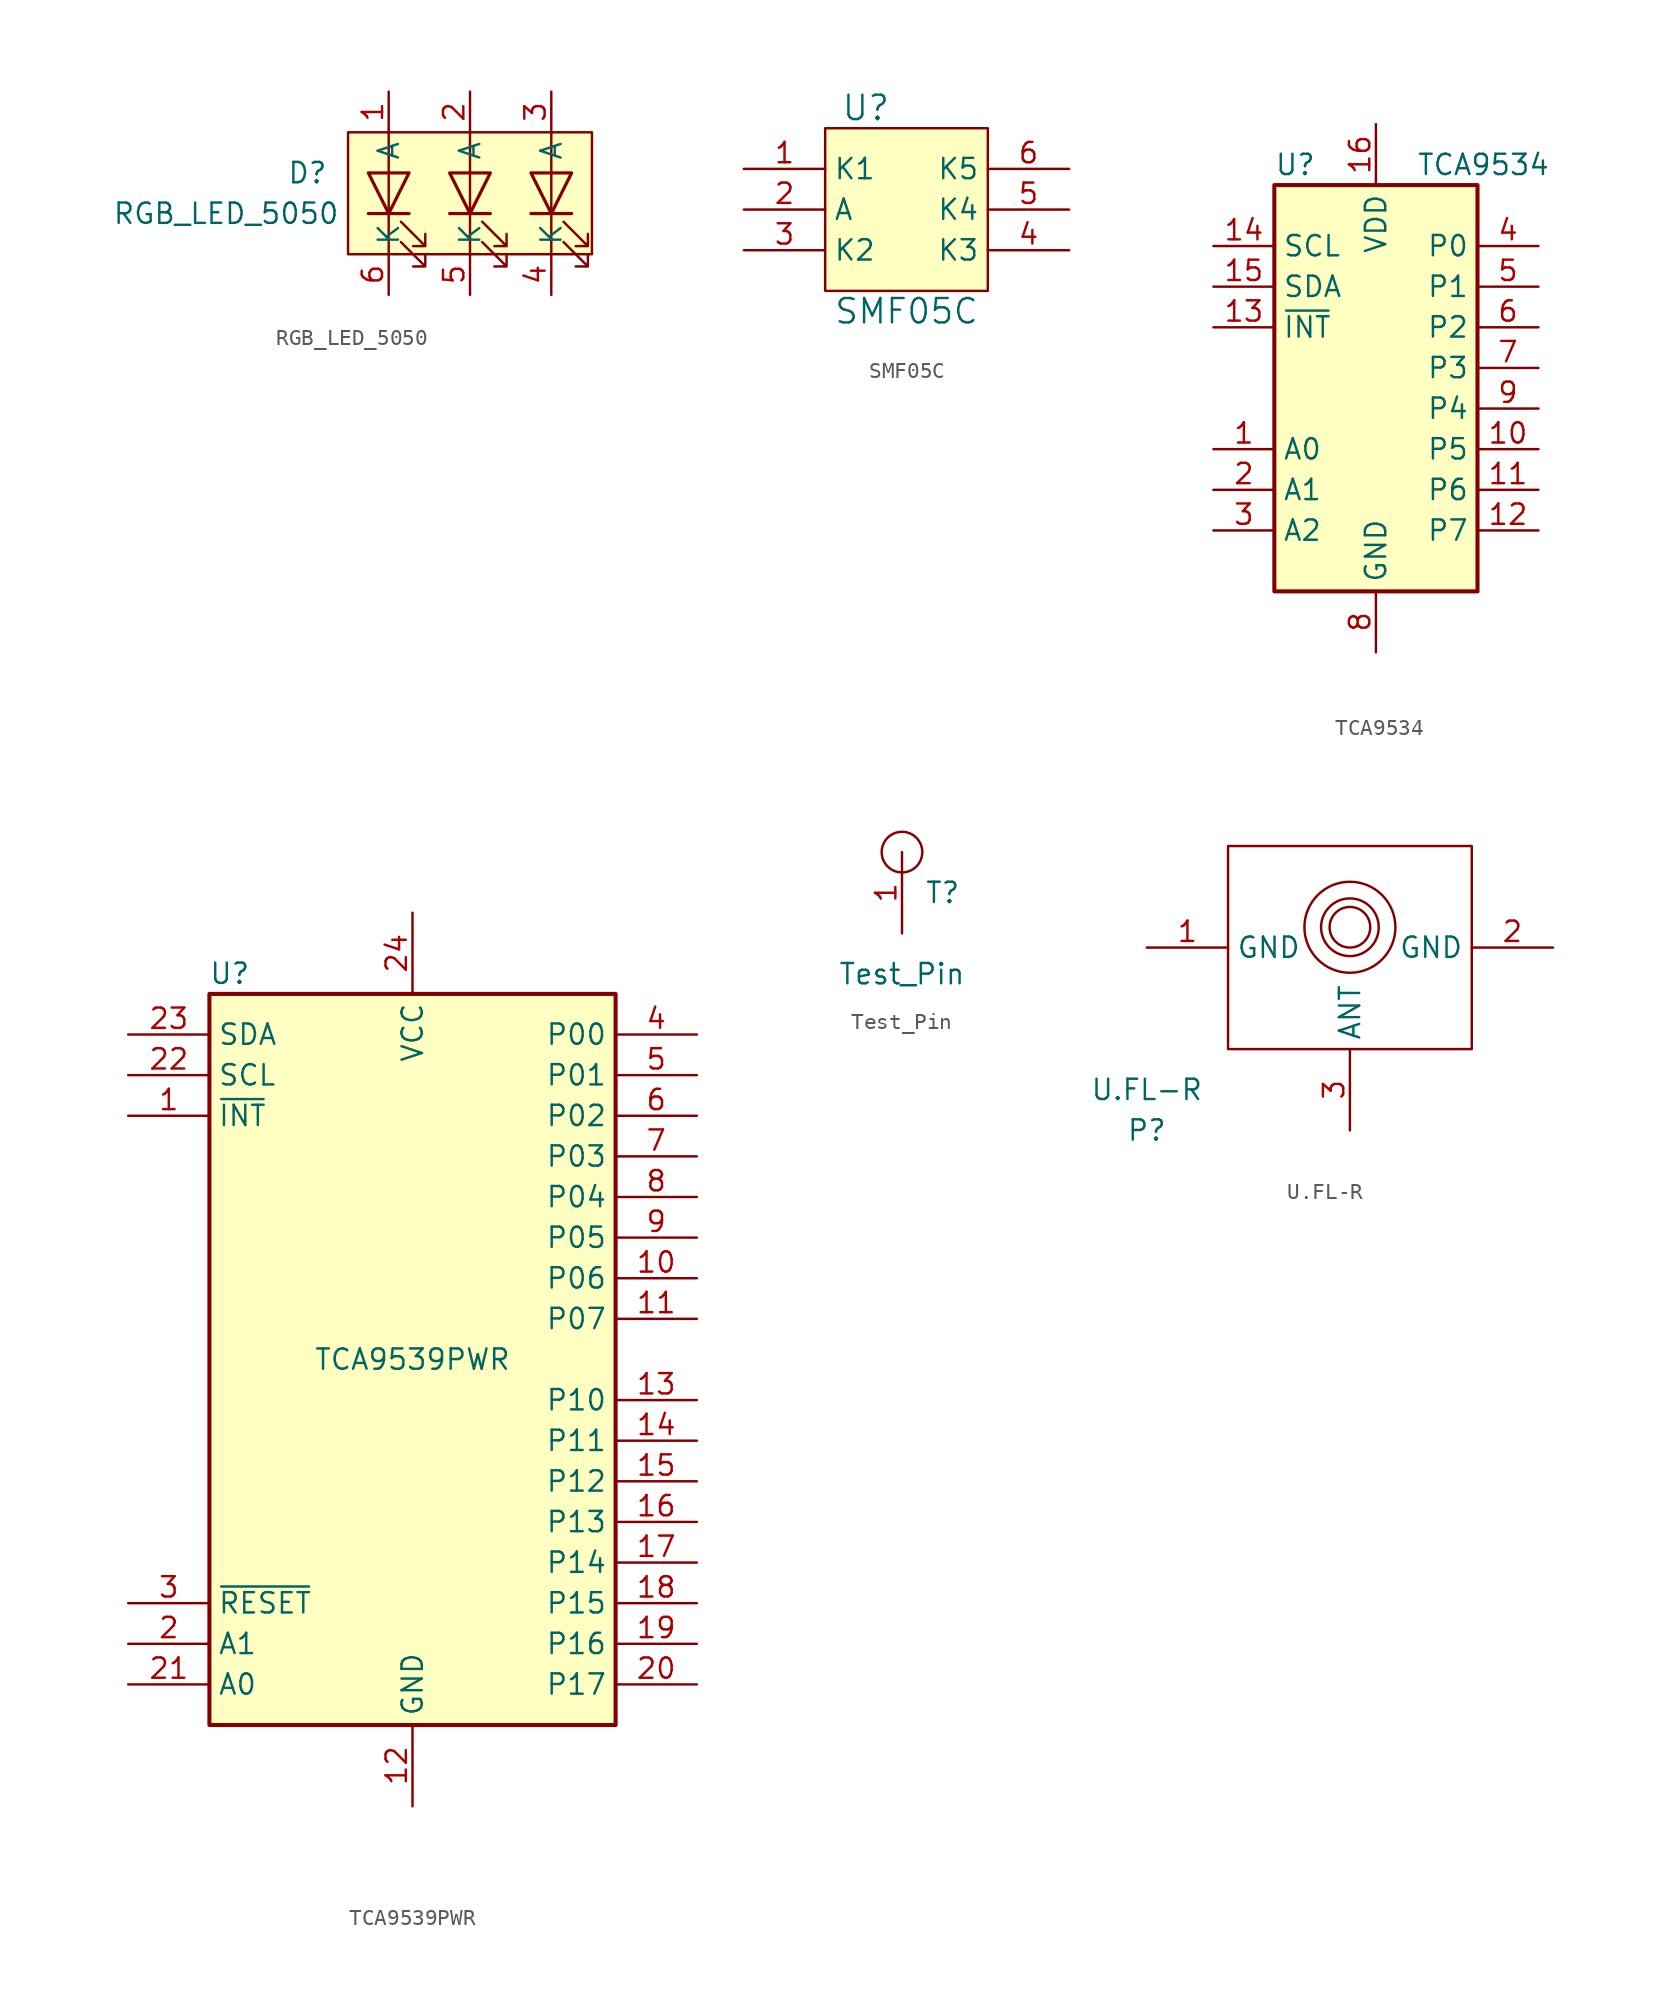
<source format=kicad_sym>
(kicad_symbol_lib
  (version 20200126)
  (host kicad_symbol_editor "(5.99.0-1734-g575ad7128)")
  (symbol "DLY_Customized:RGB_LED_5050"
    (property "Reference" "D"
      (at -5.08 0 0))
    (property "Value" "RGB_LED_5050"
      (at -10.16 -2.54 0))
    (symbol "RGB_LED_5050_0_1"
      (rectangle (start -2.54 2.54) (end 12.7 -5.08) (fill (type background)))
      (polyline (pts (xy 0 -2.54) (xy 0 -5.08)))
      (polyline (pts (xy 0 -2.54) (xy 0 0)))
      (polyline (pts (xy 0 0) (xy 0 2.54)))
      (polyline (pts (xy 1.27 -2.54) (xy -1.27 -2.54)) (stroke (width 0.203)))
      (polyline (pts (xy 5.08 -2.54) (xy 5.08 -5.08)))
      (polyline (pts (xy 5.08 -2.54) (xy 5.08 0)))
      (polyline (pts (xy 5.08 2.54) (xy 5.08 0)))
      (polyline (pts (xy 6.35 -2.54) (xy 3.81 -2.54)) (stroke (width 0.203)))
      (polyline (pts (xy 10.16 -2.54) (xy 10.16 -5.08)))
      (polyline (pts (xy 10.16 -2.54) (xy 10.16 0)))
      (polyline (pts (xy 10.16 2.54) (xy 10.16 0)))
      (polyline (pts (xy 11.43 -2.54) (xy 8.89 -2.54)) (stroke (width 0.203)))
      (polyline (pts (xy 1.27 0) (xy -1.27 0) (xy 0 -2.54) (xy 1.27 0)) (stroke (width 0.203)))
      (polyline (pts (xy 6.35 0) (xy 3.81 0) (xy 5.08 -2.54) (xy 6.35 0)) (stroke (width 0.203)))
      (polyline (pts (xy 11.43 0) (xy 8.89 0) (xy 10.16 -2.54) (xy 11.43 0)) (stroke (width 0.203)))
      (polyline (pts (xy 0.762 -4.318) (xy 2.286 -5.842) (xy 2.286 -5.08) (xy 2.286 -5.842) (xy 1.524 -5.842)))
      (polyline (pts (xy 0.762 -3.048) (xy 2.286 -4.572) (xy 2.286 -3.81) (xy 2.286 -4.572) (xy 1.524 -4.572)))
      (polyline (pts (xy 5.842 -4.318) (xy 7.366 -5.842) (xy 7.366 -5.08) (xy 7.366 -5.842) (xy 6.604 -5.842)))
      (polyline (pts (xy 5.842 -3.048) (xy 7.366 -4.572) (xy 7.366 -3.81) (xy 7.366 -4.572) (xy 6.604 -4.572)))
      (polyline (pts (xy 10.922 -4.318) (xy 12.446 -5.842) (xy 12.446 -5.08) (xy 12.446 -5.842) (xy 11.684 -5.842)))
      (polyline (pts (xy 10.922 -3.048) (xy 12.446 -4.572) (xy 12.446 -3.81) (xy 12.446 -4.572) (xy 11.684 -4.572))))
    (symbol "RGB_LED_5050_1_1"
      (pin passive line (at 0 5.08 270) (length 2.54) (name "A") (number "1"))
      (pin passive line (at 5.08 5.08 270) (length 2.54) (name "A") (number "2"))
      (pin passive line (at 10.16 5.08 270) (length 2.54) (name "A") (number "3"))
      (pin passive line (at 10.16 -7.62 90) (length 2.54) (name "K") (number "4"))
      (pin passive line (at 5.08 -7.62 90) (length 2.54) (name "K") (number "5"))
      (pin passive line (at 0 -7.62 90) (length 2.54) (name "K") (number "6"))))
  (symbol "DLY_Customized:SMF05C"
    (property "Reference" "U"
      (at 2.54 11.43 0)
      (effects (font (size 1.524 1.524))))
    (property "Value" "SMF05C"
      (at 5.08 -1.27 0)
      (effects (font (size 1.524 1.524))))
    (symbol "SMF05C_0_1"
      (rectangle (start 0 10.16) (end 10.16 0) (fill (type background))))
    (symbol "SMF05C_1_1"
      (pin input line (at -5.08 7.62 0) (length 5.08) (name "K1") (number "1"))
      (pin input line (at -5.08 5.08 0) (length 5.08) (name "A") (number "2"))
      (pin input line (at -5.08 2.54 0) (length 5.08) (name "K2") (number "3"))
      (pin input line (at 15.24 2.54 180) (length 5.08) (name "K3") (number "4"))
      (pin input line (at 15.24 5.08 180) (length 5.08) (name "K4") (number "5"))
      (pin input line (at 15.24 7.62 180) (length 5.08) (name "K5") (number "6"))))
  (symbol "DLY_Customized:TCA9534"
    (pin_names
      (offset 0.508))
    (property "Reference" "U"
      (at -6.35 12.7 0)
      (effects (font (size 1.27 1.27)) (justify left)))
    (property "Value" "TCA9534"
      (at 2.54 12.7 0)
      (effects (font (size 1.27 1.27)) (justify left)))
    (symbol "TCA9534_0_1"
      (rectangle (start -6.35 -13.97) (end 6.35 11.43) (stroke (width 0.254)) (fill (type background))))
    (symbol "TCA9534_1_1"
      (pin input line (at -10.16 -5.08 0) (length 3.81) (name "A0") (number "1"))
      (pin bidirectional line (at 10.16 -5.08 180) (length 3.81) (name "P5") (number "10"))
      (pin bidirectional line (at 10.16 -7.62 180) (length 3.81) (name "P6") (number "11"))
      (pin bidirectional line (at 10.16 -10.16 180) (length 3.81) (name "P7") (number "12"))
      (pin open_collector line (at -10.16 2.54 0) (length 3.81) (name "~INT~") (number "13"))
      (pin input line (at -10.16 7.62 0) (length 3.81) (name "SCL") (number "14"))
      (pin bidirectional line (at -10.16 5.08 0) (length 3.81) (name "SDA") (number "15"))
      (pin power_in line (at 0 15.24 270) (length 3.81) (name "VDD") (number "16"))
      (pin input line (at -10.16 -7.62 0) (length 3.81) (name "A1") (number "2"))
      (pin input line (at -10.16 -10.16 0) (length 3.81) (name "A2") (number "3"))
      (pin bidirectional line (at 10.16 7.62 180) (length 3.81) (name "P0") (number "4"))
      (pin bidirectional line (at 10.16 5.08 180) (length 3.81) (name "P1") (number "5"))
      (pin bidirectional line (at 10.16 2.54 180) (length 3.81) (name "P2") (number "6"))
      (pin bidirectional line (at 10.16 0 180) (length 3.81) (name "P3") (number "7"))
      (pin power_in line (at 0 -17.78 90) (length 3.81) (name "GND") (number "8"))
      (pin bidirectional line (at 10.16 -2.54 180) (length 3.81) (name "P4") (number "9"))))
  (symbol "DLY_Customized:TCA9539PWR"
    (property "Reference" "U"
      (at -11.43 24.13 0))
    (property "Value" "TCA9539PWR"
      (at 0 0 0))
    (symbol "TCA9539PWR_0_1"
      (rectangle (start -12.7 22.86) (end 12.7 -22.86) (stroke (width 0.254)) (fill (type background))))
    (symbol "TCA9539PWR_1_1"
      (pin open_collector line (at -17.78 15.24 0) (length 5.08) (name "~INT") (number "1"))
      (pin bidirectional line (at 17.78 5.08 180) (length 5.08) (name "P06") (number "10"))
      (pin bidirectional line (at 17.78 2.54 180) (length 5.08) (name "P07") (number "11"))
      (pin power_in line (at 0 -27.94 90) (length 5.08) (name "GND") (number "12"))
      (pin bidirectional line (at 17.78 -2.54 180) (length 5.08) (name "P10") (number "13"))
      (pin bidirectional line (at 17.78 -5.08 180) (length 5.08) (name "P11") (number "14"))
      (pin bidirectional line (at 17.78 -7.62 180) (length 5.08) (name "P12") (number "15"))
      (pin bidirectional line (at 17.78 -10.16 180) (length 5.08) (name "P13") (number "16"))
      (pin bidirectional line (at 17.78 -12.7 180) (length 5.08) (name "P14") (number "17"))
      (pin bidirectional line (at 17.78 -15.24 180) (length 5.08) (name "P15") (number "18"))
      (pin bidirectional line (at 17.78 -17.78 180) (length 5.08) (name "P16") (number "19"))
      (pin input line (at -17.78 -17.78 0) (length 5.08) (name "A1") (number "2"))
      (pin bidirectional line (at 17.78 -20.32 180) (length 5.08) (name "P17") (number "20"))
      (pin input line (at -17.78 -20.32 0) (length 5.08) (name "A0") (number "21"))
      (pin input line (at -17.78 17.78 0) (length 5.08) (name "SCL") (number "22"))
      (pin bidirectional line (at -17.78 20.32 0) (length 5.08) (name "SDA") (number "23"))
      (pin power_in line (at 0 27.94 270) (length 5.08) (name "VCC") (number "24"))
      (pin input line (at -17.78 -15.24 0) (length 5.08) (name "~RESET") (number "3"))
      (pin bidirectional line (at 17.78 20.32 180) (length 5.08) (name "P00") (number "4"))
      (pin bidirectional line (at 17.78 17.78 180) (length 5.08) (name "P01") (number "5"))
      (pin bidirectional line (at 17.78 15.24 180) (length 5.08) (name "P02") (number "6"))
      (pin bidirectional line (at 17.78 12.7 180) (length 5.08) (name "P03") (number "7"))
      (pin bidirectional line (at 17.78 10.16 180) (length 5.08) (name "P04") (number "8"))
      (pin bidirectional line (at 17.78 7.62 180) (length 5.08) (name "P05") (number "9"))))
  (symbol "DLY_Customized:Test_Pin"
    (property "Reference" "T"
      (at 2.54 2.54 0))
    (property "Value" "Test_Pin"
      (at 0 -2.54 0))
    (symbol "Test_Pin_0_1"
      (circle (center 0 5.08) (radius 1.27)))
    (symbol "Test_Pin_1_1"
      (pin passive line (at 0 0 90) (length 5.08) (name "~") (number "1"))))
  (symbol "DLY_Customized:U.FL-R"
    (property "Reference" "P"
      (at 0 -5.08 0))
    (property "Value" "U.FL-R"
      (at 0 -2.54 0))
    (symbol "U.FL-R_0_1"
      (circle (center 12.7 7.62) (radius 1.27))
      (circle (center 12.7 7.62) (radius 1.803))
      (circle (center 12.7 7.62) (radius 2.845))
      (rectangle (start 5.08 12.7) (end 20.32 0)))
    (symbol "U.FL-R_1_1"
      (pin passive line (at 0 6.35 0) (length 5.08) (name "GND") (number "1"))
      (pin passive line (at 25.4 6.35 180) (length 5.08) (name "GND") (number "2"))
      (pin bidirectional line (at 12.7 -5.08 90) (length 5.08) (name "ANT") (number "3")))))
</source>
